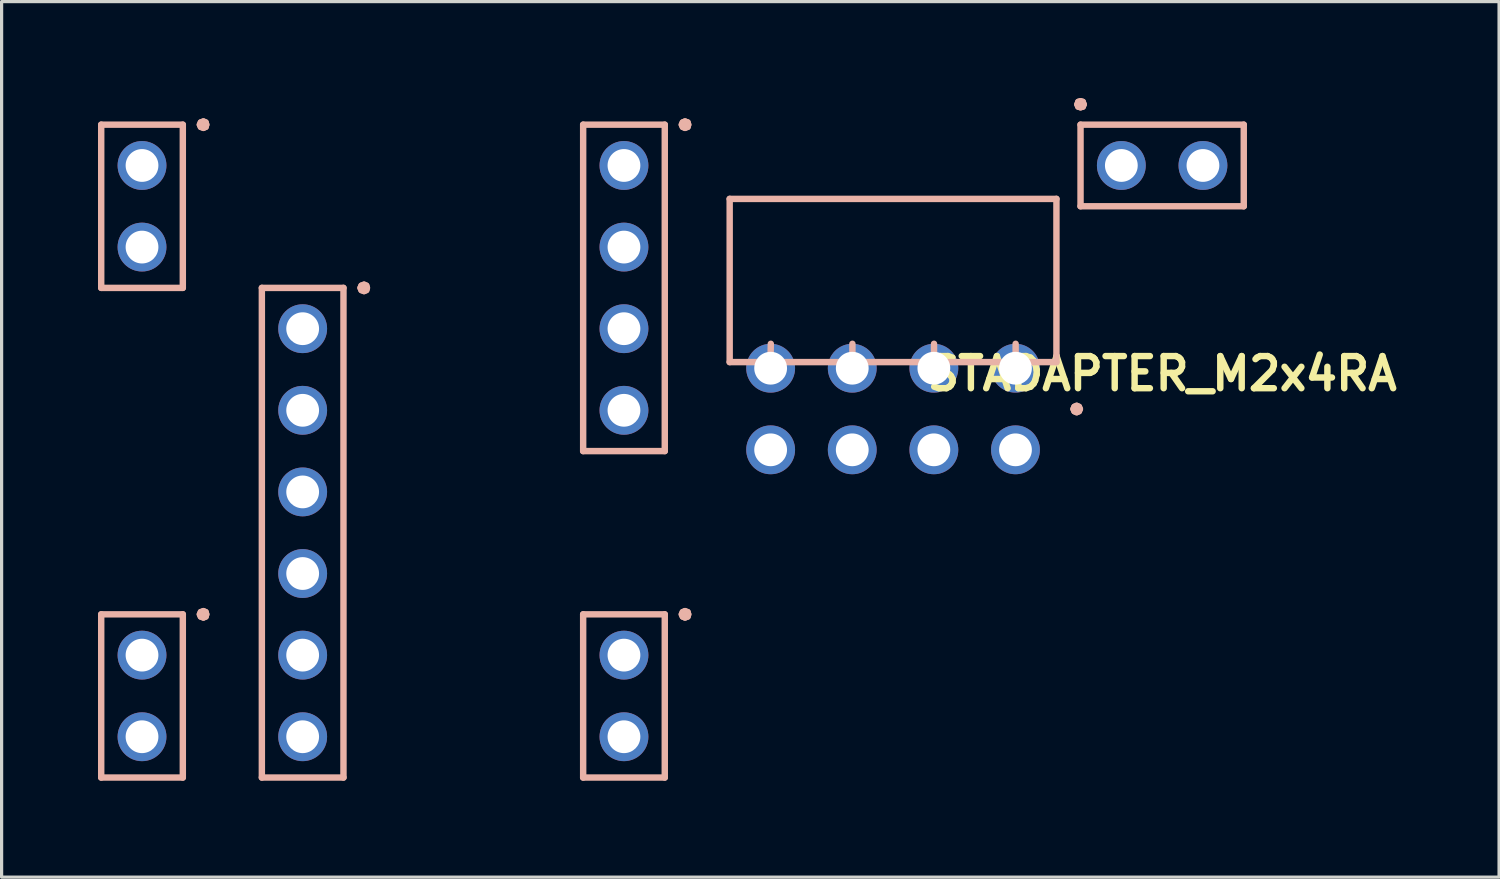
<source format=kicad_pcb>
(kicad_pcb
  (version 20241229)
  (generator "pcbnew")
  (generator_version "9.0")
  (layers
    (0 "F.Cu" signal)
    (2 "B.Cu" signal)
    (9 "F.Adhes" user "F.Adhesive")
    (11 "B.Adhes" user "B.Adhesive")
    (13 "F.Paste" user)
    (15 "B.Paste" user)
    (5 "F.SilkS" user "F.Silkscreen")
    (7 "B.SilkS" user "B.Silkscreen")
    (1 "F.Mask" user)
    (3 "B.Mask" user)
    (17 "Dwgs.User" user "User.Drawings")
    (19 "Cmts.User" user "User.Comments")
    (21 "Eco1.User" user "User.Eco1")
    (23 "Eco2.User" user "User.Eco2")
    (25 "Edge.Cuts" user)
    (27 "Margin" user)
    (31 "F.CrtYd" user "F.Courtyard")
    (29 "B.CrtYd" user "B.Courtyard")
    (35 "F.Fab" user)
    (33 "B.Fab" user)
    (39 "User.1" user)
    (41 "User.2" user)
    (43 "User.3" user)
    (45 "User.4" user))
  (footprint "STADAPTER_M2x4RA"
    (layer "F.Cu")
    (at 33.12 10.58)
    (property "Reference" "STADAPTER_M2x4RA" (at 0 -2 0) (layer "F.SilkS") (effects (font (size 1 1) (thickness 0.2))))
    (attr through_hole)
    (fp_line (start -33.02 -9.75) (end -33.02 -4.67) (stroke (width 0.2) (type solid)) (layer "B.SilkS"))
    (fp_line (start -33.02 -4.67) (end -30.48 -4.67) (stroke (width 0.2) (type solid)) (layer "B.SilkS"))
    (fp_line (start -33.02 5.49) (end -33.02 10.57) (stroke (width 0.2) (type solid)) (layer "B.SilkS"))
    (fp_line (start -33.02 10.57) (end -30.48 10.57) (stroke (width 0.2) (type solid)) (layer "B.SilkS"))
    (fp_line (start -30.48 -9.75) (end -33.02 -9.75) (stroke (width 0.2) (type solid)) (layer "B.SilkS"))
    (fp_line (start -30.48 -4.67) (end -30.48 -9.75) (stroke (width 0.2) (type solid)) (layer "B.SilkS"))
    (fp_line (start -30.48 5.49) (end -33.02 5.49) (stroke (width 0.2) (type solid)) (layer "B.SilkS"))
    (fp_line (start -30.48 10.57) (end -30.48 5.49) (stroke (width 0.2) (type solid)) (layer "B.SilkS"))
    (fp_line (start -29.95 -9.75) (end -29.92 -9.68) (stroke (width 0.2) (type solid)) (layer "B.SilkS"))
    (fp_line (start -29.95 5.49) (end -29.92 5.56) (stroke (width 0.2) (type solid)) (layer "B.SilkS"))
    (fp_line (start -29.92 -9.82) (end -29.95 -9.75) (stroke (width 0.2) (type solid)) (layer "B.SilkS"))
    (fp_line (start -29.92 -9.68) (end -29.84 -9.65) (stroke (width 0.2) (type solid)) (layer "B.SilkS"))
    (fp_line (start -29.92 5.42) (end -29.95 5.49) (stroke (width 0.2) (type solid)) (layer "B.SilkS"))
    (fp_line (start -29.92 5.56) (end -29.84 5.59) (stroke (width 0.2) (type solid)) (layer "B.SilkS"))
    (fp_line (start -29.84 -9.85) (end -29.92 -9.82) (stroke (width 0.2) (type solid)) (layer "B.SilkS"))
    (fp_line (start -29.84 -9.65) (end -29.77 -9.68) (stroke (width 0.2) (type solid)) (layer "B.SilkS"))
    (fp_line (start -29.84 5.39) (end -29.92 5.42) (stroke (width 0.2) (type solid)) (layer "B.SilkS"))
    (fp_line (start -29.84 5.59) (end -29.77 5.56) (stroke (width 0.2) (type solid)) (layer "B.SilkS"))
    (fp_line (start -29.77 -9.82) (end -29.84 -9.85) (stroke (width 0.2) (type solid)) (layer "B.SilkS"))
    (fp_line (start -29.77 -9.68) (end -29.75 -9.75) (stroke (width 0.2) (type solid)) (layer "B.SilkS"))
    (fp_line (start -29.77 5.42) (end -29.84 5.39) (stroke (width 0.2) (type solid)) (layer "B.SilkS"))
    (fp_line (start -29.77 5.56) (end -29.75 5.49) (stroke (width 0.2) (type solid)) (layer "B.SilkS"))
    (fp_line (start -29.75 -9.75) (end -29.77 -9.82) (stroke (width 0.2) (type solid)) (layer "B.SilkS"))
    (fp_line (start -29.75 5.49) (end -29.77 5.42) (stroke (width 0.2) (type solid)) (layer "B.SilkS"))
    (fp_line (start -28.02 -4.67) (end -28.02 10.57) (stroke (width 0.2) (type solid)) (layer "B.SilkS"))
    (fp_line (start -28.02 10.57) (end -25.48 10.57) (stroke (width 0.2) (type solid)) (layer "B.SilkS"))
    (fp_line (start -25.48 -4.67) (end -28.02 -4.67) (stroke (width 0.2) (type solid)) (layer "B.SilkS"))
    (fp_line (start -25.48 10.57) (end -25.48 -4.67) (stroke (width 0.2) (type solid)) (layer "B.SilkS"))
    (fp_line (start -24.95 -4.67) (end -24.92 -4.6) (stroke (width 0.2) (type solid)) (layer "B.SilkS"))
    (fp_line (start -24.92 -4.74) (end -24.95 -4.67) (stroke (width 0.2) (type solid)) (layer "B.SilkS"))
    (fp_line (start -24.92 -4.6) (end -24.84 -4.57) (stroke (width 0.2) (type solid)) (layer "B.SilkS"))
    (fp_line (start -24.84 -4.77) (end -24.92 -4.74) (stroke (width 0.2) (type solid)) (layer "B.SilkS"))
    (fp_line (start -24.84 -4.57) (end -24.77 -4.6) (stroke (width 0.2) (type solid)) (layer "B.SilkS"))
    (fp_line (start -24.77 -4.74) (end -24.84 -4.77) (stroke (width 0.2) (type solid)) (layer "B.SilkS"))
    (fp_line (start -24.77 -4.6) (end -24.75 -4.67) (stroke (width 0.2) (type solid)) (layer "B.SilkS"))
    (fp_line (start -24.75 -4.67) (end -24.77 -4.74) (stroke (width 0.2) (type solid)) (layer "B.SilkS"))
    (fp_line (start -18.02 -9.75) (end -18.02 0.41) (stroke (width 0.2) (type solid)) (layer "B.SilkS"))
    (fp_line (start -18.02 0.41) (end -15.48 0.41) (stroke (width 0.2) (type solid)) (layer "B.SilkS"))
    (fp_line (start -18.02 5.49) (end -18.02 10.57) (stroke (width 0.2) (type solid)) (layer "B.SilkS"))
    (fp_line (start -18.02 10.57) (end -15.48 10.57) (stroke (width 0.2) (type solid)) (layer "B.SilkS"))
    (fp_line (start -15.48 -9.75) (end -18.02 -9.75) (stroke (width 0.2) (type solid)) (layer "B.SilkS"))
    (fp_line (start -15.48 0.41) (end -15.48 -9.75) (stroke (width 0.2) (type solid)) (layer "B.SilkS"))
    (fp_line (start -15.48 5.49) (end -18.02 5.49) (stroke (width 0.2) (type solid)) (layer "B.SilkS"))
    (fp_line (start -15.48 10.57) (end -15.48 5.49) (stroke (width 0.2) (type solid)) (layer "B.SilkS"))
    (fp_line (start -14.95 -9.75) (end -14.92 -9.68) (stroke (width 0.2) (type solid)) (layer "B.SilkS"))
    (fp_line (start -14.95 5.49) (end -14.92 5.56) (stroke (width 0.2) (type solid)) (layer "B.SilkS"))
    (fp_line (start -14.92 -9.82) (end -14.95 -9.75) (stroke (width 0.2) (type solid)) (layer "B.SilkS"))
    (fp_line (start -14.92 -9.68) (end -14.85 -9.65) (stroke (width 0.2) (type solid)) (layer "B.SilkS"))
    (fp_line (start -14.92 5.42) (end -14.95 5.49) (stroke (width 0.2) (type solid)) (layer "B.SilkS"))
    (fp_line (start -14.92 5.56) (end -14.85 5.59) (stroke (width 0.2) (type solid)) (layer "B.SilkS"))
    (fp_line (start -14.85 -9.85) (end -14.92 -9.82) (stroke (width 0.2) (type solid)) (layer "B.SilkS"))
    (fp_line (start -14.85 -9.65) (end -14.77 -9.68) (stroke (width 0.2) (type solid)) (layer "B.SilkS"))
    (fp_line (start -14.85 5.39) (end -14.92 5.42) (stroke (width 0.2) (type solid)) (layer "B.SilkS"))
    (fp_line (start -14.85 5.59) (end -14.77 5.56) (stroke (width 0.2) (type solid)) (layer "B.SilkS"))
    (fp_line (start -14.77 -9.82) (end -14.85 -9.85) (stroke (width 0.2) (type solid)) (layer "B.SilkS"))
    (fp_line (start -14.77 -9.68) (end -14.75 -9.75) (stroke (width 0.2) (type solid)) (layer "B.SilkS"))
    (fp_line (start -14.77 5.42) (end -14.85 5.39) (stroke (width 0.2) (type solid)) (layer "B.SilkS"))
    (fp_line (start -14.77 5.56) (end -14.75 5.49) (stroke (width 0.2) (type solid)) (layer "B.SilkS"))
    (fp_line (start -14.75 -9.75) (end -14.77 -9.82) (stroke (width 0.2) (type solid)) (layer "B.SilkS"))
    (fp_line (start -14.75 5.49) (end -14.77 5.42) (stroke (width 0.2) (type solid)) (layer "B.SilkS"))
    (fp_line (start -13.46 -7.44) (end -13.46 -2.36) (stroke (width 0.2) (type solid)) (layer "B.SilkS"))
    (fp_line (start -13.46 -2.36) (end -3.29 -2.36) (stroke (width 0.2) (type solid)) (layer "B.SilkS"))
    (fp_line (start -12.18 -2.93) (end -12.19 -2.36) (stroke (width 0.2) (type solid)) (layer "B.SilkS"))
    (fp_line (start -9.64 -2.93) (end -9.64 -2.36) (stroke (width 0.2) (type solid)) (layer "B.SilkS"))
    (fp_line (start -7.1 -2.93) (end -7.1 -2.36) (stroke (width 0.2) (type solid)) (layer "B.SilkS"))
    (fp_line (start -4.56 -2.93) (end -4.56 -2.36) (stroke (width 0.2) (type solid)) (layer "B.SilkS"))
    (fp_line (start -3.29 -7.44) (end -13.46 -7.44) (stroke (width 0.2) (type solid)) (layer "B.SilkS"))
    (fp_line (start -3.29 -2.36) (end -3.29 -7.44) (stroke (width 0.2) (type solid)) (layer "B.SilkS"))
    (fp_line (start -2.76 -0.9) (end -2.73 -0.83) (stroke (width 0.2) (type solid)) (layer "B.SilkS"))
    (fp_line (start -2.73 -0.97) (end -2.76 -0.9) (stroke (width 0.2) (type solid)) (layer "B.SilkS"))
    (fp_line (start -2.73 -0.83) (end -2.66 -0.8) (stroke (width 0.2) (type solid)) (layer "B.SilkS"))
    (fp_line (start -2.66 -1) (end -2.73 -0.97) (stroke (width 0.2) (type solid)) (layer "B.SilkS"))
    (fp_line (start -2.66 -0.8) (end -2.59 -0.83) (stroke (width 0.2) (type solid)) (layer "B.SilkS"))
    (fp_line (start -2.64 -10.38) (end -2.61 -10.31) (stroke (width 0.2) (type solid)) (layer "B.SilkS"))
    (fp_line (start -2.61 -10.46) (end -2.64 -10.38) (stroke (width 0.2) (type solid)) (layer "B.SilkS"))
    (fp_line (start -2.61 -10.31) (end -2.54 -10.29) (stroke (width 0.2) (type solid)) (layer "B.SilkS"))
    (fp_line (start -2.59 -0.97) (end -2.66 -1) (stroke (width 0.2) (type solid)) (layer "B.SilkS"))
    (fp_line (start -2.59 -0.83) (end -2.56 -0.9) (stroke (width 0.2) (type solid)) (layer "B.SilkS"))
    (fp_line (start -2.56 -0.9) (end -2.59 -0.97) (stroke (width 0.2) (type solid)) (layer "B.SilkS"))
    (fp_line (start -2.54 -10.48) (end -2.61 -10.46) (stroke (width 0.2) (type solid)) (layer "B.SilkS"))
    (fp_line (start -2.54 -10.29) (end -2.47 -10.31) (stroke (width 0.2) (type solid)) (layer "B.SilkS"))
    (fp_line (start -2.54 -9.75) (end -2.54 -7.21) (stroke (width 0.2) (type solid)) (layer "B.SilkS"))
    (fp_line (start -2.54 -7.21) (end 2.54 -7.21) (stroke (width 0.2) (type solid)) (layer "B.SilkS"))
    (fp_line (start -2.47 -10.46) (end -2.54 -10.48) (stroke (width 0.2) (type solid)) (layer "B.SilkS"))
    (fp_line (start -2.47 -10.31) (end -2.44 -10.38) (stroke (width 0.2) (type solid)) (layer "B.SilkS"))
    (fp_line (start -2.44 -10.38) (end -2.47 -10.46) (stroke (width 0.2) (type solid)) (layer "B.SilkS"))
    (fp_line (start 2.54 -9.75) (end -2.54 -9.75) (stroke (width 0.2) (type solid)) (layer "B.SilkS"))
    (fp_line (start 2.54 -7.21) (end 2.54 -9.75) (stroke (width 0.2) (type solid)) (layer "B.SilkS"))
    (pad "5" thru_hole circle (at -4.565 -2.17) (size 1.52 1.52) (drill 1.02) (layers "*.Cu" "*.Mask"))
    (pad "6" thru_hole circle (at -7.105 -2.17) (size 1.52 1.52) (drill 1.02) (layers "*.Cu" "*.Mask"))
    (pad "7" thru_hole circle (at -9.645 -2.17) (size 1.52 1.52) (drill 1.02) (layers "*.Cu" "*.Mask"))
    (pad "8" thru_hole circle (at -12.185 -2.17) (size 1.52 1.52) (drill 1.02) (layers "*.Cu" "*.Mask"))
    (pad "9" thru_hole circle (at -4.565 0.37) (size 1.52 1.52) (drill 1.02) (layers "*.Cu" "*.Mask"))
    (pad "10" thru_hole circle (at -7.105 0.37) (size 1.52 1.52) (drill 1.02) (layers "*.Cu" "*.Mask"))
    (pad "11" thru_hole circle (at -9.645 0.37) (size 1.52 1.52) (drill 1.02) (layers "*.Cu" "*.Mask"))
    (pad "12" thru_hole circle (at -12.185 0.37) (size 1.52 1.52) (drill 1.02) (layers "*.Cu" "*.Mask"))
    (pad "21" thru_hole circle (at -31.75 -8.48) (size 1.52 1.52) (drill 1.02) (layers "*.Cu" "*.Mask"))
    (pad "22" thru_hole circle (at -31.75 -5.94) (size 1.52 1.52) (drill 1.02) (layers "*.Cu" "*.Mask"))
    (pad "41" thru_hole circle (at -16.75 -8.48) (size 1.52 1.52) (drill 1.02) (layers "*.Cu" "*.Mask"))
    (pad "42" thru_hole circle (at -16.75 -5.94) (size 1.52 1.52) (drill 1.02) (layers "*.Cu" "*.Mask"))
    (pad "43" thru_hole circle (at -16.75 -3.4) (size 1.52 1.52) (drill 1.02) (layers "*.Cu" "*.Mask"))
    (pad "44" thru_hole circle (at -16.75 -0.86) (size 1.52 1.52) (drill 1.02) (layers "*.Cu" "*.Mask"))
    (pad "51" thru_hole circle (at -16.75 6.76) (size 1.52 1.52) (drill 1.02) (layers "*.Cu" "*.Mask"))
    (pad "52" thru_hole circle (at -16.75 9.3) (size 1.52 1.52) (drill 1.02) (layers "*.Cu" "*.Mask"))
    (pad "61" thru_hole circle (at -26.75 -3.4) (size 1.52 1.52) (drill 1.02) (layers "*.Cu" "*.Mask"))
    (pad "62" thru_hole circle (at -26.75 -0.86) (size 1.52 1.52) (drill 1.02) (layers "*.Cu" "*.Mask"))
    (pad "63" thru_hole circle (at -26.75 1.68) (size 1.52 1.52) (drill 1.02) (layers "*.Cu" "*.Mask"))
    (pad "64" thru_hole circle (at -26.75 4.22) (size 1.52 1.52) (drill 1.02) (layers "*.Cu" "*.Mask"))
    (pad "65" thru_hole circle (at -26.75 6.76) (size 1.52 1.52) (drill 1.02) (layers "*.Cu" "*.Mask"))
    (pad "66" thru_hole circle (at -26.75 9.3) (size 1.52 1.52) (drill 1.02) (layers "*.Cu" "*.Mask"))
    (pad "101" thru_hole circle (at -1.27 -8.48) (size 1.52 1.52) (drill 1.02) (layers "*.Cu" "*.Mask"))
    (pad "102" thru_hole circle (at 1.27 -8.48) (size 1.52 1.52) (drill 1.02) (layers "*.Cu" "*.Mask"))
    (pad "201" thru_hole circle (at -31.75 6.76) (size 1.52 1.52) (drill 1.02) (layers "*.Cu" "*.Mask"))
    (pad "202" thru_hole circle (at -31.75 9.3) (size 1.52 1.52) (drill 1.02) (layers "*.Cu" "*.Mask")))
  (gr_rect
    (start -3 -3)
    (end 43.606 24.25)
    (stroke (width 0.1) (type default))
    (fill no)
    (layer "Edge.Cuts")))
</source>
